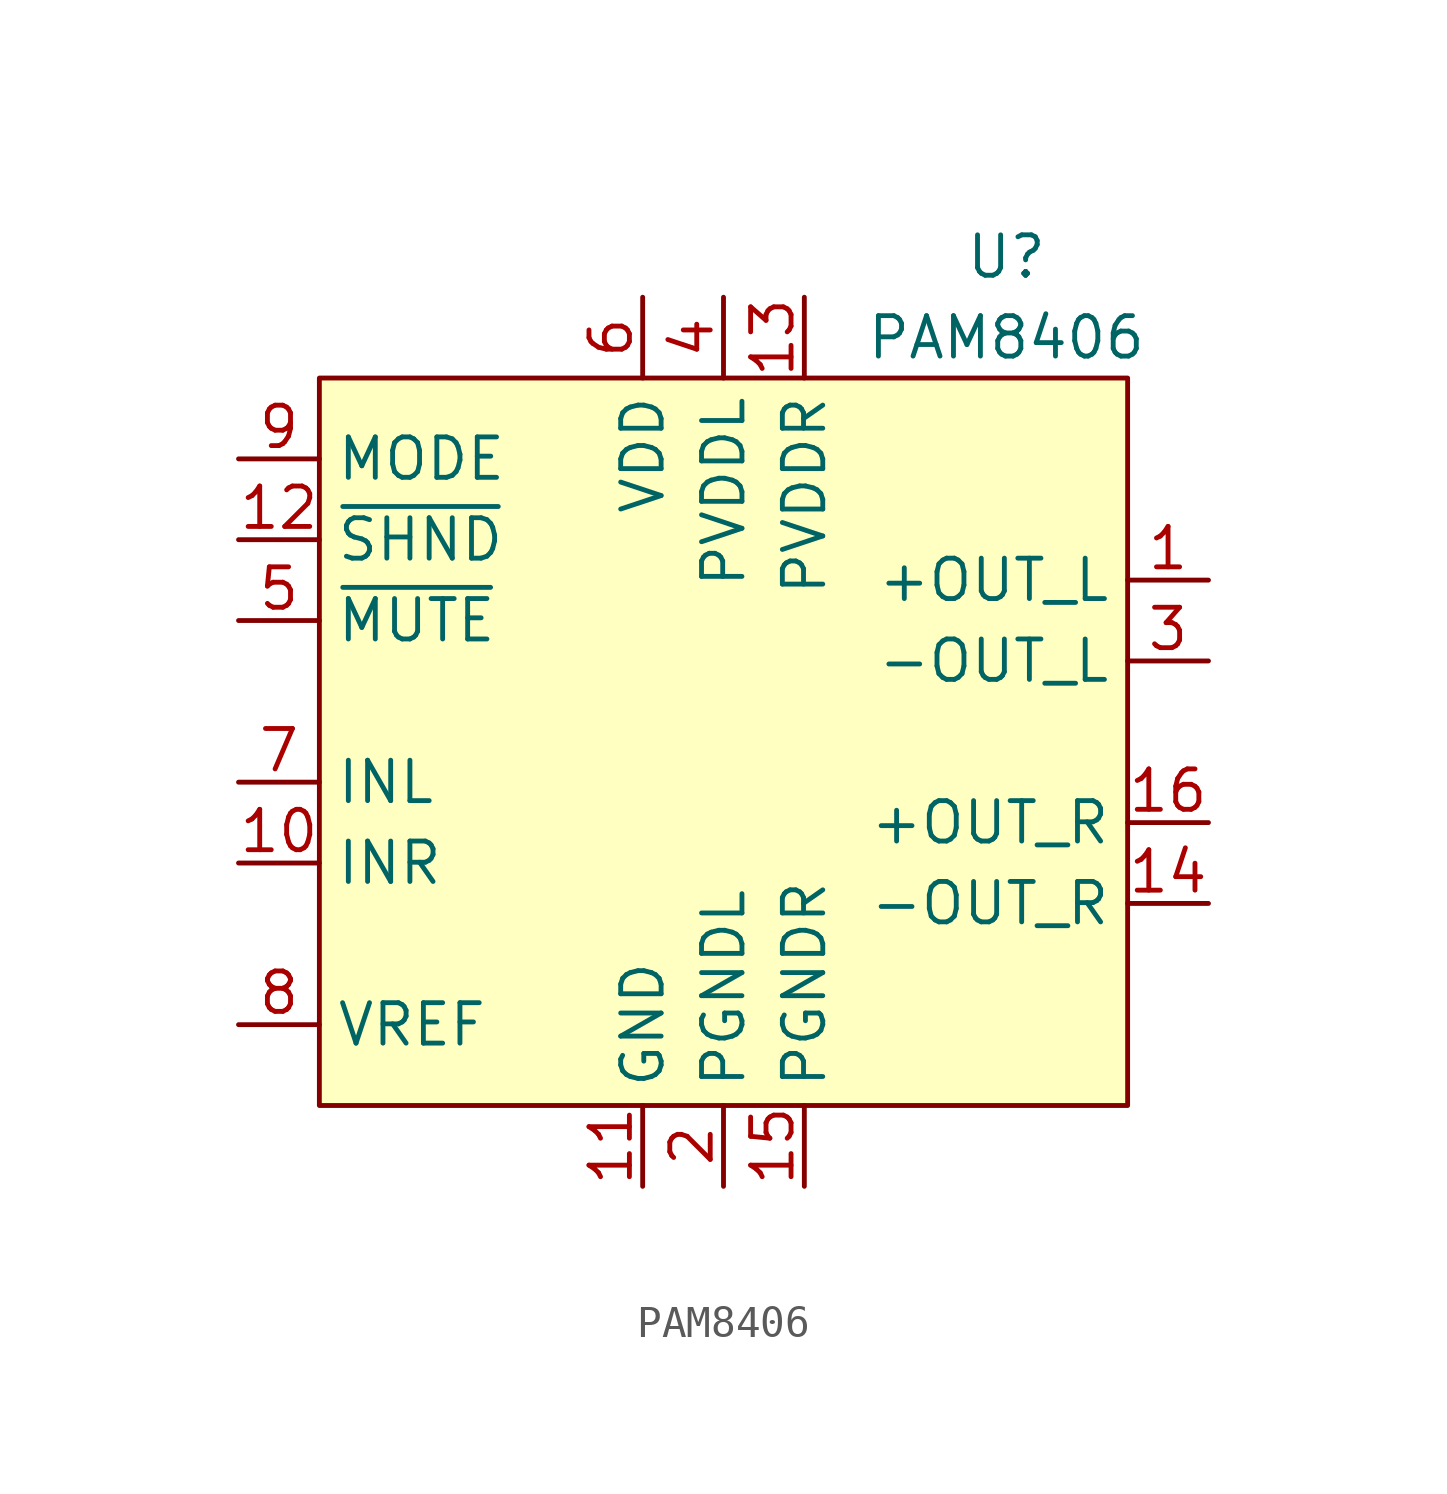
<source format=kicad_sym>
(kicad_symbol_lib
  (version 20220914)
  (generator kicad_symbol_editor)
  (symbol "PAM8406"
    (property "Reference" "U"
      (at 8.89 11.43 0)
      (effects (font (size 1.27 1.27))))
    (property "Value" "PAM8406"
      (at 8.89 8.89 0)
      (effects (font (size 1.27 1.27))))
    (symbol "PAM8406_0_0"
      (pin output line (at 15.24 1.27 180) (length 2.54) (name "+OUT_L" (effects (font (size 1.27 1.27)))) (number "1" (effects (font (size 1.27 1.27)))))
      (pin input line (at -15.24 -7.62 0) (length 2.54) (name "INR" (effects (font (size 1.27 1.27)))) (number "10" (effects (font (size 1.27 1.27)))))
      (pin power_in line (at -2.54 -17.78 90) (length 2.54) (name "GND" (effects (font (size 1.27 1.27)))) (number "11" (effects (font (size 1.27 1.27)))))
      (pin input line (at -15.24 2.54 0) (length 2.54) (name "~{SHND}" (effects (font (size 1.27 1.27)))) (number "12" (effects (font (size 1.27 1.27)))))
      (pin power_in line (at 2.54 10.16 270) (length 2.54) (name "PVDDR" (effects (font (size 1.27 1.27)))) (number "13" (effects (font (size 1.27 1.27)))))
      (pin output line (at 15.24 -8.89 180) (length 2.54) (name "-OUT_R" (effects (font (size 1.27 1.27)))) (number "14" (effects (font (size 1.27 1.27)))))
      (pin power_in line (at 2.54 -17.78 90) (length 2.54) (name "PGNDR" (effects (font (size 1.27 1.27)))) (number "15" (effects (font (size 1.27 1.27)))))
      (pin output line (at 15.24 -6.35 180) (length 2.54) (name "+OUT_R" (effects (font (size 1.27 1.27)))) (number "16" (effects (font (size 1.27 1.27)))))
      (pin power_in line (at 0 -17.78 90) (length 2.54) (name "PGNDL" (effects (font (size 1.27 1.27)))) (number "2" (effects (font (size 1.27 1.27)))))
      (pin output line (at 15.24 -1.27 180) (length 2.54) (name "-OUT_L" (effects (font (size 1.27 1.27)))) (number "3" (effects (font (size 1.27 1.27)))))
      (pin power_in line (at 0 10.16 270) (length 2.54) (name "PVDDL" (effects (font (size 1.27 1.27)))) (number "4" (effects (font (size 1.27 1.27)))))
      (pin input line (at -15.24 0 0) (length 2.54) (name "~{MUTE}" (effects (font (size 1.27 1.27)))) (number "5" (effects (font (size 1.27 1.27)))))
      (pin power_in line (at -2.54 10.16 270) (length 2.54) (name "VDD" (effects (font (size 1.27 1.27)))) (number "6" (effects (font (size 1.27 1.27)))))
      (pin input line (at -15.24 -5.08 0) (length 2.54) (name "INL" (effects (font (size 1.27 1.27)))) (number "7" (effects (font (size 1.27 1.27)))))
      (pin power_out line (at -15.24 -12.7 0) (length 2.54) (name "VREF" (effects (font (size 1.27 1.27)))) (number "8" (effects (font (size 1.27 1.27)))))
      (pin input line (at -15.24 5.08 0) (length 2.54) (name "MODE" (effects (font (size 1.27 1.27)))) (number "9" (effects (font (size 1.27 1.27))))))
    (symbol "PAM8406_1_1"
      (rectangle (start -12.7 7.62) (end 12.7 -15.24) (stroke (width 0) (type default)) (fill (type background))))))
</source>
